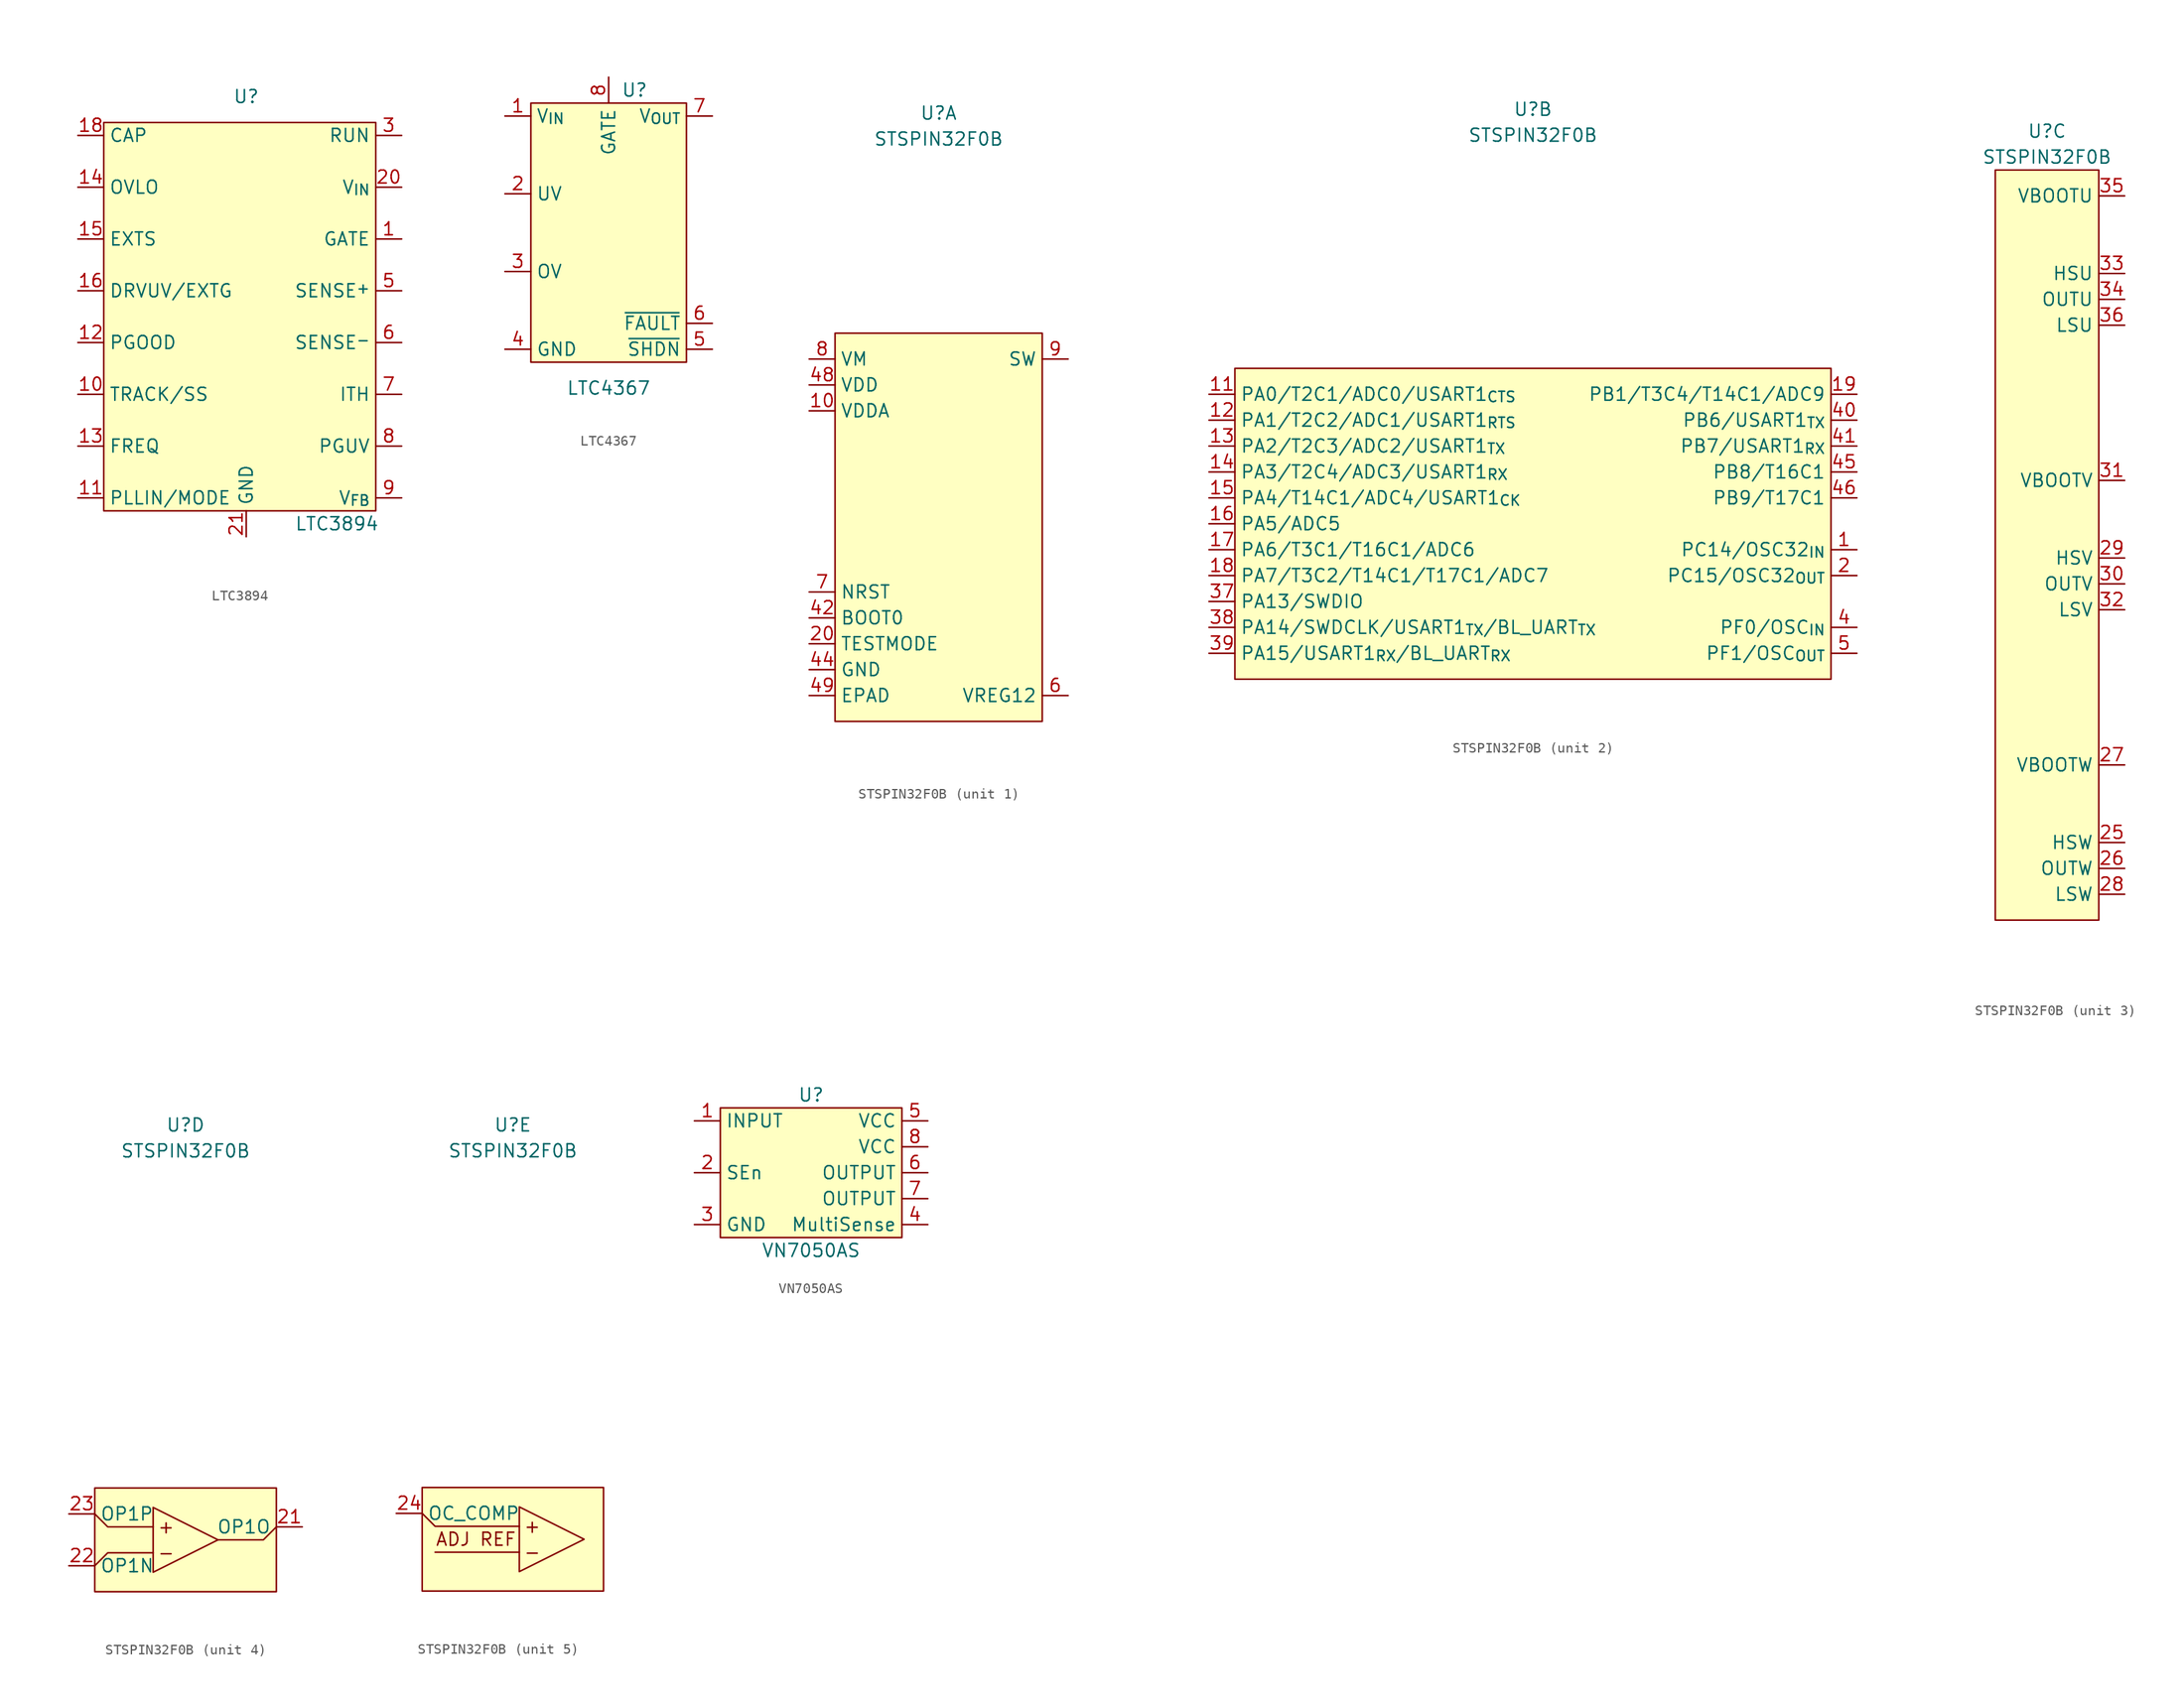
<source format=kicad_sym>
(kicad_symbol_lib
  (version 20220914)
  (generator kicad_symbol_editor)
  (symbol "LTC3894"
    (property "Reference" "U"
      (at 0 21.59 0)
      (effects (font (size 1.27 1.27))))
    (property "Value" "LTC3894"
      (at 8.89 -20.32 0)
      (effects (font (size 1.27 1.27))))
    (symbol "LTC3894_0_1"
      (rectangle (start -13.97 19.05) (end 12.7 -19.05) (stroke (width 0.152) (type default)) (fill (type background))))
    (symbol "LTC3894_1_1"
      (pin output line (at 15.24 7.62 180) (length 2.54) (name "GATE" (effects (font (size 1.27 1.27)))) (number "1" (effects (font (size 1.27 1.27)))))
      (pin bidirectional line (at -16.51 -7.62 0) (length 2.54) (name "TRACK/SS" (effects (font (size 1.27 1.27)))) (number "10" (effects (font (size 1.27 1.27)))))
      (pin input line (at -16.51 -17.78 0) (length 2.54) (name "PLLIN/MODE" (effects (font (size 1.27 1.27)))) (number "11" (effects (font (size 1.27 1.27)))))
      (pin bidirectional line (at -16.51 -2.54 0) (length 2.54) (name "PGOOD" (effects (font (size 1.27 1.27)))) (number "12" (effects (font (size 1.27 1.27)))))
      (pin passive line (at -16.51 -12.7 0) (length 2.54) (name "FREQ" (effects (font (size 1.27 1.27)))) (number "13" (effects (font (size 1.27 1.27)))))
      (pin input line (at -16.51 12.7 0) (length 2.54) (name "OVLO" (effects (font (size 1.27 1.27)))) (number "14" (effects (font (size 1.27 1.27)))))
      (pin passive line (at -16.51 7.62 0) (length 2.54) (name "EXTS" (effects (font (size 1.27 1.27)))) (number "15" (effects (font (size 1.27 1.27)))))
      (pin bidirectional line (at -16.51 2.54 0) (length 2.54) (name "DRVUV/EXTG" (effects (font (size 1.27 1.27)))) (number "16" (effects (font (size 1.27 1.27)))))
      (pin bidirectional line (at -16.51 17.78 0) (length 2.54) (name "CAP" (effects (font (size 1.27 1.27)))) (number "18" (effects (font (size 1.27 1.27)))))
      (pin power_in line (at 15.24 12.7 180) (length 2.54) (name "V_{IN}" (effects (font (size 1.27 1.27)))) (number "20" (effects (font (size 1.27 1.27)))))
      (pin power_in line (at 0 -21.59 90) (length 2.54) (name "GND" (effects (font (size 1.27 1.27)))) (number "21" (effects (font (size 1.27 1.27)))))
      (pin input line (at 15.24 17.78 180) (length 2.54) (name "RUN" (effects (font (size 1.27 1.27)))) (number "3" (effects (font (size 1.27 1.27)))))
      (pin input line (at 15.24 2.54 180) (length 2.54) (name "SENSE^{+}" (effects (font (size 1.27 1.27)))) (number "5" (effects (font (size 1.27 1.27)))))
      (pin input line (at 15.24 -2.54 180) (length 2.54) (name "SENSE^{-}" (effects (font (size 1.27 1.27)))) (number "6" (effects (font (size 1.27 1.27)))))
      (pin bidirectional line (at 15.24 -7.62 180) (length 2.54) (name "ITH" (effects (font (size 1.27 1.27)))) (number "7" (effects (font (size 1.27 1.27)))))
      (pin input line (at 15.24 -12.7 180) (length 2.54) (name "PGUV" (effects (font (size 1.27 1.27)))) (number "8" (effects (font (size 1.27 1.27)))))
      (pin input line (at 15.24 -17.78 180) (length 2.54) (name "V_{FB}" (effects (font (size 1.27 1.27)))) (number "9" (effects (font (size 1.27 1.27)))))))
  (symbol "LTC4367"
    (property "Reference" "U"
      (at 2.54 13.97 0)
      (effects (font (size 1.27 1.27))))
    (property "Value" "LTC4367"
      (at 0 -15.24 0)
      (effects (font (size 1.27 1.27))))
    (symbol "LTC4367_0_1"
      (rectangle (start -7.62 12.7) (end 7.62 -12.7) (stroke (width 0.152) (type default)) (fill (type background))))
    (symbol "LTC4367_1_1"
      (pin power_in line (at -10.16 11.43 0) (length 2.54) (name "V_{IN}" (effects (font (size 1.27 1.27)))) (number "1" (effects (font (size 1.27 1.27)))))
      (pin input line (at -10.16 3.81 0) (length 2.54) (name "UV" (effects (font (size 1.27 1.27)))) (number "2" (effects (font (size 1.27 1.27)))))
      (pin input line (at -10.16 -3.81 0) (length 2.54) (name "OV" (effects (font (size 1.27 1.27)))) (number "3" (effects (font (size 1.27 1.27)))))
      (pin power_in line (at -10.16 -11.43 0) (length 2.54) (name "GND" (effects (font (size 1.27 1.27)))) (number "4" (effects (font (size 1.27 1.27)))))
      (pin input line (at 10.16 -11.43 180) (length 2.54) (name "~{SHDN}" (effects (font (size 1.27 1.27)))) (number "5" (effects (font (size 1.27 1.27)))))
      (pin open_collector line (at 10.16 -8.89 180) (length 2.54) (name "~{FAULT}" (effects (font (size 1.27 1.27)))) (number "6" (effects (font (size 1.27 1.27)))))
      (pin input line (at 10.16 11.43 180) (length 2.54) (name "V_{OUT}" (effects (font (size 1.27 1.27)))) (number "7" (effects (font (size 1.27 1.27)))))
      (pin output line (at 0 15.24 270) (length 2.54) (name "GATE" (effects (font (size 1.27 1.27)))) (number "8" (effects (font (size 1.27 1.27)))))))
  (symbol "STSPIN32F0B"
    (property "Reference" "U"
      (at 0 40.64 0)
      (effects (font (size 1.27 1.27))))
    (property "Value" "STSPIN32F0B"
      (at 0 38.1 0)
      (effects (font (size 1.27 1.27))))
    (property "ki_locked" ""
      (at 0 0 0)
      (effects (font (size 1.27 1.27))))
    (symbol "STSPIN32F0B_1_1"
      (rectangle (start -10.16 19.05) (end 10.16 -19.05) (stroke (width 0.152) (type default)) (fill (type background)))
      (pin power_in line (at -12.7 11.43 0) (length 2.54) (name "VDDA" (effects (font (size 1.27 1.27)))) (number "10" (effects (font (size 1.27 1.27)))))
      (pin input line (at -12.7 -11.43 0) (length 2.54) (name "TESTMODE" (effects (font (size 1.27 1.27)))) (number "20" (effects (font (size 1.27 1.27)))))
      (pin no_connect line (at 12.7 -8.89 180) (length 2.54) hide (name "RESERVED" (effects (font (size 1.27 1.27)))) (number "3" (effects (font (size 1.27 1.27)))))
      (pin input line (at -12.7 -8.89 0) (length 2.54) (name "BOOT0" (effects (font (size 1.27 1.27)))) (number "42" (effects (font (size 1.27 1.27)))))
      (pin no_connect line (at 12.7 -11.43 180) (length 2.54) hide (name "RESERVED" (effects (font (size 1.27 1.27)))) (number "43" (effects (font (size 1.27 1.27)))))
      (pin power_in line (at -12.7 -13.97 0) (length 2.54) (name "GND" (effects (font (size 1.27 1.27)))) (number "44" (effects (font (size 1.27 1.27)))))
      (pin no_connect line (at 12.7 -13.97 180) (length 2.54) hide (name "RESERVED" (effects (font (size 1.27 1.27)))) (number "47" (effects (font (size 1.27 1.27)))))
      (pin power_in line (at -12.7 13.97 0) (length 2.54) (name "VDD" (effects (font (size 1.27 1.27)))) (number "48" (effects (font (size 1.27 1.27)))))
      (pin power_in line (at -12.7 -16.51 0) (length 2.54) (name "EPAD" (effects (font (size 1.27 1.27)))) (number "49" (effects (font (size 1.27 1.27)))))
      (pin power_out line (at 12.7 -16.51 180) (length 2.54) (name "VREG12" (effects (font (size 1.27 1.27)))) (number "6" (effects (font (size 1.27 1.27)))))
      (pin bidirectional line (at -12.7 -6.35 0) (length 2.54) (name "NRST" (effects (font (size 1.27 1.27)))) (number "7" (effects (font (size 1.27 1.27)))))
      (pin power_in line (at -12.7 16.51 0) (length 2.54) (name "VM" (effects (font (size 1.27 1.27)))) (number "8" (effects (font (size 1.27 1.27)))))
      (pin bidirectional line (at 12.7 16.51 180) (length 2.54) (name "SW" (effects (font (size 1.27 1.27)))) (number "9" (effects (font (size 1.27 1.27))))))
    (symbol "STSPIN32F0B_2_1"
      (rectangle (start -29.21 15.24) (end 29.21 -15.24) (stroke (width 0.152) (type default)) (fill (type background)))
      (pin bidirectional line (at 31.75 -2.54 180) (length 2.54) (name "PC14/OSC32_{IN}" (effects (font (size 1.27 1.27)))) (number "1" (effects (font (size 1.27 1.27)))))
      (pin bidirectional line (at -31.75 12.7 0) (length 2.54) (name "PA0/T2C1/ADC0/USART1_{CTS}" (effects (font (size 1.27 1.27)))) (number "11" (effects (font (size 1.27 1.27)))))
      (pin bidirectional line (at -31.75 10.16 0) (length 2.54) (name "PA1/T2C2/ADC1/USART1_{RTS}" (effects (font (size 1.27 1.27)))) (number "12" (effects (font (size 1.27 1.27)))))
      (pin bidirectional line (at -31.75 7.62 0) (length 2.54) (name "PA2/T2C3/ADC2/USART1_{TX}" (effects (font (size 1.27 1.27)))) (number "13" (effects (font (size 1.27 1.27)))))
      (pin bidirectional line (at -31.75 5.08 0) (length 2.54) (name "PA3/T2C4/ADC3/USART1_{RX}" (effects (font (size 1.27 1.27)))) (number "14" (effects (font (size 1.27 1.27)))))
      (pin bidirectional line (at -31.75 2.54 0) (length 2.54) (name "PA4/T14C1/ADC4/USART1_{CK}" (effects (font (size 1.27 1.27)))) (number "15" (effects (font (size 1.27 1.27)))))
      (pin bidirectional line (at -31.75 0 0) (length 2.54) (name "PA5/ADC5" (effects (font (size 1.27 1.27)))) (number "16" (effects (font (size 1.27 1.27)))))
      (pin bidirectional line (at -31.75 -2.54 0) (length 2.54) (name "PA6/T3C1/T16C1/ADC6" (effects (font (size 1.27 1.27)))) (number "17" (effects (font (size 1.27 1.27)))))
      (pin bidirectional line (at -31.75 -5.08 0) (length 2.54) (name "PA7/T3C2/T14C1/T17C1/ADC7" (effects (font (size 1.27 1.27)))) (number "18" (effects (font (size 1.27 1.27)))))
      (pin bidirectional line (at 31.75 12.7 180) (length 2.54) (name "PB1/T3C4/T14C1/ADC9" (effects (font (size 1.27 1.27)))) (number "19" (effects (font (size 1.27 1.27)))))
      (pin bidirectional line (at 31.75 -5.08 180) (length 2.54) (name "PC15/OSC32_{OUT}" (effects (font (size 1.27 1.27)))) (number "2" (effects (font (size 1.27 1.27)))))
      (pin bidirectional line (at -31.75 -7.62 0) (length 2.54) (name "PA13/SWDIO" (effects (font (size 1.27 1.27)))) (number "37" (effects (font (size 1.27 1.27)))))
      (pin bidirectional line (at -31.75 -10.16 0) (length 2.54) (name "PA14/SWDCLK/USART1_{TX}/BL_UART_{TX}" (effects (font (size 1.27 1.27)))) (number "38" (effects (font (size 1.27 1.27)))))
      (pin bidirectional line (at -31.75 -12.7 0) (length 2.54) (name "PA15/USART1_{RX}/BL_UART_{RX}" (effects (font (size 1.27 1.27)))) (number "39" (effects (font (size 1.27 1.27)))))
      (pin bidirectional line (at 31.75 -10.16 180) (length 2.54) (name "PF0/OSC_{IN}" (effects (font (size 1.27 1.27)))) (number "4" (effects (font (size 1.27 1.27)))))
      (pin bidirectional line (at 31.75 10.16 180) (length 2.54) (name "PB6/USART1_{TX}" (effects (font (size 1.27 1.27)))) (number "40" (effects (font (size 1.27 1.27)))))
      (pin bidirectional line (at 31.75 7.62 180) (length 2.54) (name "PB7/USART1_{RX}" (effects (font (size 1.27 1.27)))) (number "41" (effects (font (size 1.27 1.27)))))
      (pin bidirectional line (at 31.75 5.08 180) (length 2.54) (name "PB8/T16C1" (effects (font (size 1.27 1.27)))) (number "45" (effects (font (size 1.27 1.27)))))
      (pin bidirectional line (at 31.75 2.54 180) (length 2.54) (name "PB9/T17C1" (effects (font (size 1.27 1.27)))) (number "46" (effects (font (size 1.27 1.27)))))
      (pin bidirectional line (at 31.75 -12.7 180) (length 2.54) (name "PF1/OSC_{OUT}" (effects (font (size 1.27 1.27)))) (number "5" (effects (font (size 1.27 1.27))))))
    (symbol "STSPIN32F0B_3_1"
      (rectangle (start -5.08 36.83) (end 5.08 -36.83) (stroke (width 0.152) (type default)) (fill (type background)))
      (pin output line (at 7.62 -29.21 180) (length 2.54) (name "HSW" (effects (font (size 1.27 1.27)))) (number "25" (effects (font (size 1.27 1.27)))))
      (pin input line (at 7.62 -31.75 180) (length 2.54) (name "OUTW" (effects (font (size 1.27 1.27)))) (number "26" (effects (font (size 1.27 1.27)))))
      (pin bidirectional line (at 7.62 -21.59 180) (length 2.54) (name "VBOOTW" (effects (font (size 1.27 1.27)))) (number "27" (effects (font (size 1.27 1.27)))))
      (pin output line (at 7.62 -34.29 180) (length 2.54) (name "LSW" (effects (font (size 1.27 1.27)))) (number "28" (effects (font (size 1.27 1.27)))))
      (pin output line (at 7.62 -1.27 180) (length 2.54) (name "HSV" (effects (font (size 1.27 1.27)))) (number "29" (effects (font (size 1.27 1.27)))))
      (pin input line (at 7.62 -3.81 180) (length 2.54) (name "OUTV" (effects (font (size 1.27 1.27)))) (number "30" (effects (font (size 1.27 1.27)))))
      (pin bidirectional line (at 7.62 6.35 180) (length 2.54) (name "VBOOTV" (effects (font (size 1.27 1.27)))) (number "31" (effects (font (size 1.27 1.27)))))
      (pin output line (at 7.62 -6.35 180) (length 2.54) (name "LSV" (effects (font (size 1.27 1.27)))) (number "32" (effects (font (size 1.27 1.27)))))
      (pin output line (at 7.62 26.67 180) (length 2.54) (name "HSU" (effects (font (size 1.27 1.27)))) (number "33" (effects (font (size 1.27 1.27)))))
      (pin input line (at 7.62 24.13 180) (length 2.54) (name "OUTU" (effects (font (size 1.27 1.27)))) (number "34" (effects (font (size 1.27 1.27)))))
      (pin bidirectional line (at 7.62 34.29 180) (length 2.54) (name "VBOOTU" (effects (font (size 1.27 1.27)))) (number "35" (effects (font (size 1.27 1.27)))))
      (pin output line (at 7.62 21.59 180) (length 2.54) (name "LSU" (effects (font (size 1.27 1.27)))) (number "36" (effects (font (size 1.27 1.27))))))
    (symbol "STSPIN32F0B_4_1"
      (rectangle (start -8.89 5.08) (end 8.89 -5.08) (stroke (width 0.152) (type default)) (fill (type background)))
      (polyline (pts (xy -8.89 -2.54) (xy -7.62 -1.27) (xy -3.175 -1.27)) (stroke (width 0.152) (type default)) (fill (type none)))
      (polyline (pts (xy -8.89 2.54) (xy -7.62 1.27) (xy -3.175 1.27)) (stroke (width 0.152) (type default)) (fill (type none)))
      (polyline (pts (xy 8.89 1.27) (xy 7.62 0) (xy 3.175 0)) (stroke (width 0.152) (type default)) (fill (type none)))
      (polyline (pts (xy -3.175 3.175) (xy -3.175 -3.175) (xy 3.175 0) (xy -3.175 3.175)) (stroke (width 0.152) (type default)) (fill (type none)))
      (text "+" (at -1.905 1.27 0) (effects (font (size 1.27 1.27))))
      (text "-" (at -1.905 -1.27 0) (effects (font (size 1.27 1.27))))
      (pin output line (at 11.43 1.27 180) (length 2.54) (name "OP1O" (effects (font (size 1.27 1.27)))) (number "21" (effects (font (size 1.27 1.27)))))
      (pin input line (at -11.43 -2.54 0) (length 2.54) (name "OP1N" (effects (font (size 1.27 1.27)))) (number "22" (effects (font (size 1.27 1.27)))))
      (pin input line (at -11.43 2.54 0) (length 2.54) (name "OP1P" (effects (font (size 1.27 1.27)))) (number "23" (effects (font (size 1.27 1.27))))))
    (symbol "STSPIN32F0B_5_1"
      (rectangle (start -8.89 5.08) (end 8.89 -5.08) (stroke (width 0.152) (type default)) (fill (type background)))
      (polyline (pts (xy 0.635 -1.27) (xy -7.62 -1.27)) (stroke (width 0.152) (type default)) (fill (type none)))
      (polyline (pts (xy -8.89 2.54) (xy -7.62 1.27) (xy 0.635 1.27)) (stroke (width 0.152) (type default)) (fill (type none)))
      (polyline (pts (xy 0.635 3.175) (xy 0.635 -3.175) (xy 6.985 0) (xy 0.635 3.175)) (stroke (width 0.152) (type default)) (fill (type none)))
      (text "+" (at 1.905 1.27 0) (effects (font (size 1.27 1.27))))
      (text "-" (at 1.905 -1.27 0) (effects (font (size 1.27 1.27))))
      (text "ADJ REF" (at -7.62 0 0) (effects (font (size 1.27 1.27)) (justify left)))
      (pin input line (at -11.43 2.54 0) (length 2.54) (name "OC_COMP" (effects (font (size 1.27 1.27)))) (number "24" (effects (font (size 1.27 1.27)))))))
  (symbol "VN7050AS"
    (property "Reference" "U"
      (at 0 7.62 0)
      (effects (font (size 1.27 1.27))))
    (property "Value" "VN7050AS"
      (at 0 -7.62 0)
      (effects (font (size 1.27 1.27))))
    (symbol "VN7050AS_0_1"
      (rectangle (start -8.89 6.35) (end 8.89 -6.35) (stroke (width 0) (type default)) (fill (type background))))
    (symbol "VN7050AS_1_1"
      (pin input line (at -11.43 5.08 0) (length 2.54) (name "INPUT" (effects (font (size 1.27 1.27)))) (number "1" (effects (font (size 1.27 1.27)))))
      (pin input line (at -11.43 0 0) (length 2.54) (name "SEn" (effects (font (size 1.27 1.27)))) (number "2" (effects (font (size 1.27 1.27)))))
      (pin power_in line (at -11.43 -5.08 0) (length 2.54) (name "GND" (effects (font (size 1.27 1.27)))) (number "3" (effects (font (size 1.27 1.27)))))
      (pin output line (at 11.43 -5.08 180) (length 2.54) (name "MultiSense" (effects (font (size 1.27 1.27)))) (number "4" (effects (font (size 1.27 1.27)))))
      (pin power_in line (at 11.43 5.08 180) (length 2.54) (name "VCC" (effects (font (size 1.27 1.27)))) (number "5" (effects (font (size 1.27 1.27)))))
      (pin power_out line (at 11.43 0 180) (length 2.54) (name "OUTPUT" (effects (font (size 1.27 1.27)))) (number "6" (effects (font (size 1.27 1.27)))))
      (pin power_out line (at 11.43 -2.54 180) (length 2.54) (name "OUTPUT" (effects (font (size 1.27 1.27)))) (number "7" (effects (font (size 1.27 1.27)))))
      (pin power_in line (at 11.43 2.54 180) (length 2.54) (name "VCC" (effects (font (size 1.27 1.27)))) (number "8" (effects (font (size 1.27 1.27))))))))
</source>
